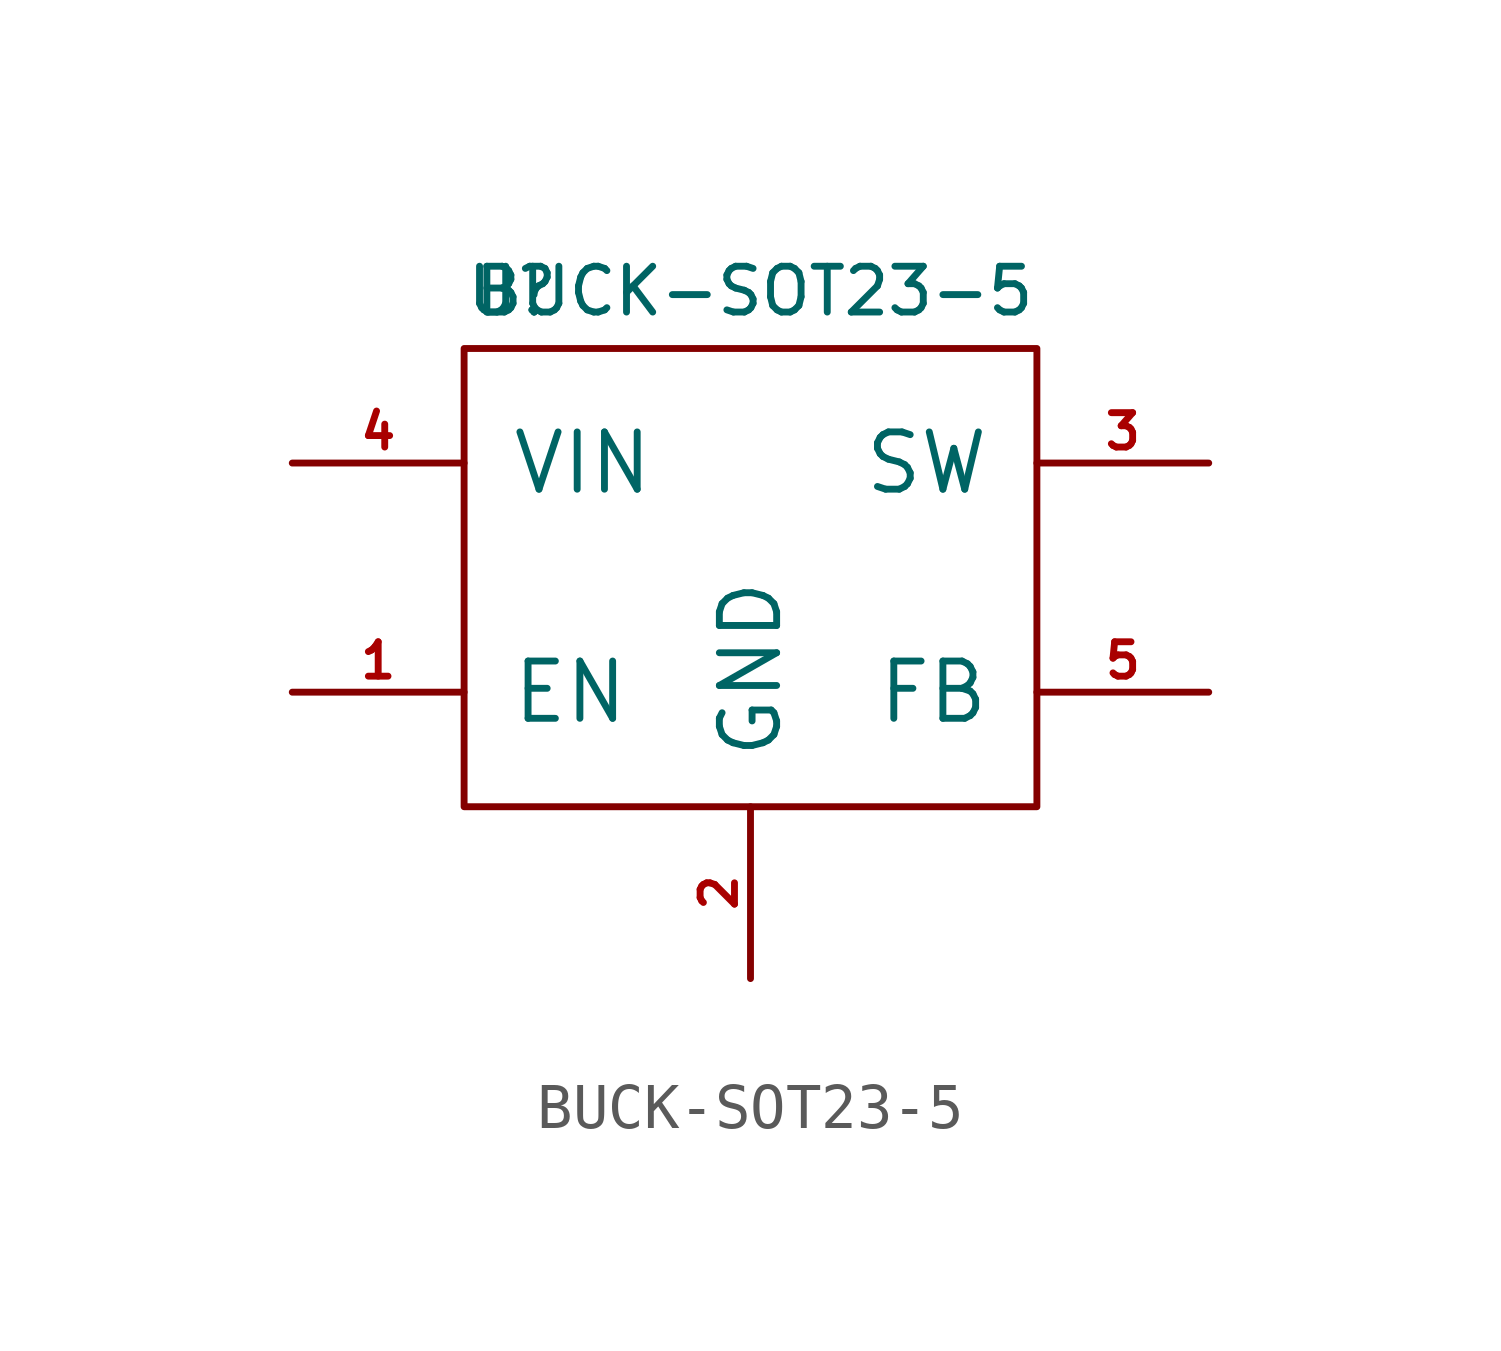
<source format=kicad_sym>
(kicad_symbol_lib
  (version 20211014)
  (generator kicad_symbol_editor)
  (symbol "BUCK-SOT23-5"
    (pin_names
      (offset 1.016))
    (property "Reference" "U"
      (at -6.35 6.35 0)
      (effects (font (size 1.016 1.016)) (justify left)))
    (property "Value" "BUCK-SOT23-5"
      (at 6.35 6.35 0)
      (effects (font (size 1.016 1.016)) (justify right)))
    (symbol "BUCK-SOT23-5_0_1"
      (rectangle (start -6.35 -5.08) (end 6.35 5.08) (stroke (width 0) (type default) (color 0 0 0 0)) (fill (type none))))
    (symbol "BUCK-SOT23-5_1_1"
      (pin input line (at -10.16 -2.54 0) (length 3.81) (name "EN" (effects (font (size 1.27 1.27)))) (number "1" (effects (font (size 0.762 0.762)))))
      (pin power_in line (at 0 -8.89 90) (length 3.81) (name "GND" (effects (font (size 1.27 1.27)))) (number "2" (effects (font (size 0.762 0.762)))))
      (pin passive line (at 10.16 2.54 180) (length 3.81) (name "SW" (effects (font (size 1.27 1.27)))) (number "3" (effects (font (size 0.762 0.762)))))
      (pin power_in line (at -10.16 2.54 0) (length 3.81) (name "VIN" (effects (font (size 1.27 1.27)))) (number "4" (effects (font (size 0.762 0.762)))))
      (pin passive line (at 10.16 -2.54 180) (length 3.81) (name "FB" (effects (font (size 1.27 1.27)))) (number "5" (effects (font (size 0.762 0.762))))))))
</source>
